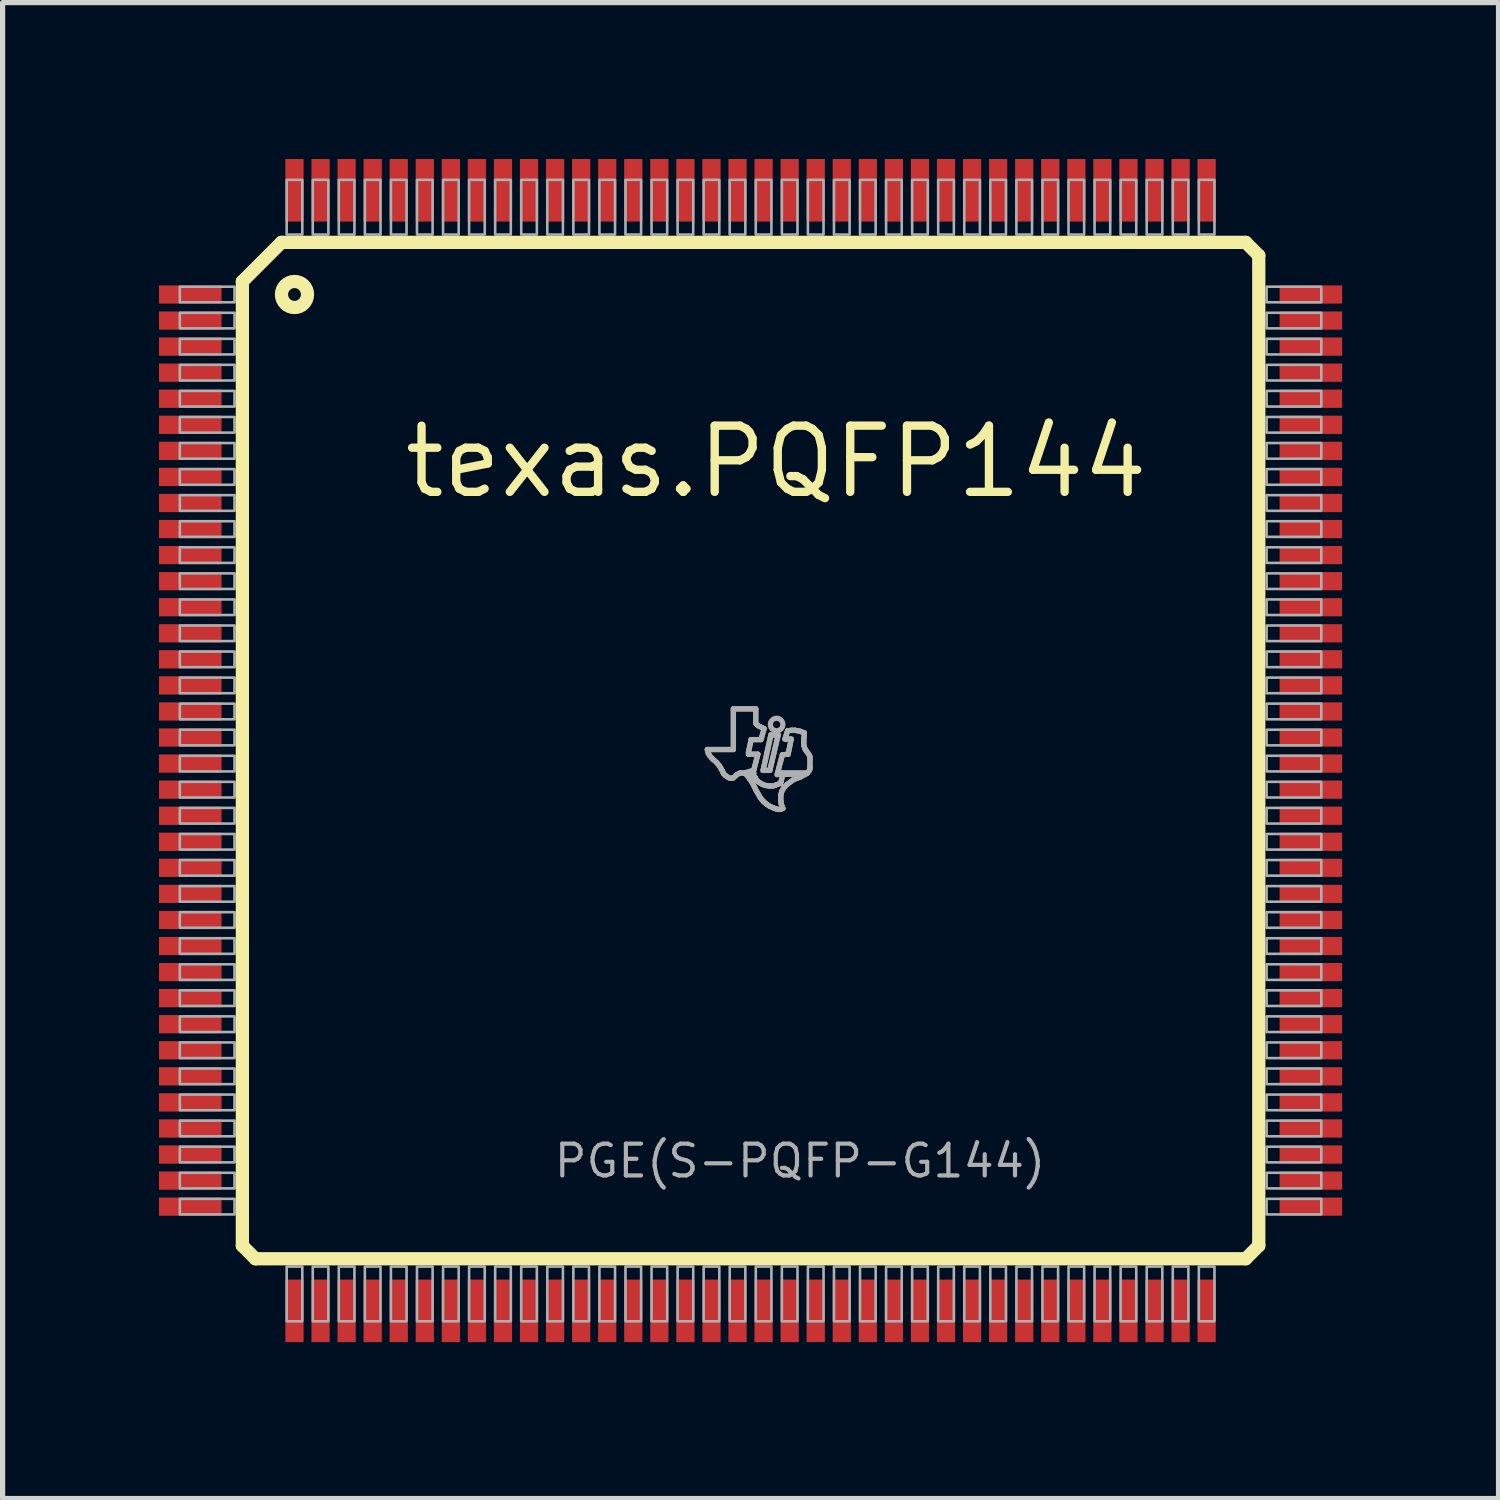
<source format=kicad_pcb>
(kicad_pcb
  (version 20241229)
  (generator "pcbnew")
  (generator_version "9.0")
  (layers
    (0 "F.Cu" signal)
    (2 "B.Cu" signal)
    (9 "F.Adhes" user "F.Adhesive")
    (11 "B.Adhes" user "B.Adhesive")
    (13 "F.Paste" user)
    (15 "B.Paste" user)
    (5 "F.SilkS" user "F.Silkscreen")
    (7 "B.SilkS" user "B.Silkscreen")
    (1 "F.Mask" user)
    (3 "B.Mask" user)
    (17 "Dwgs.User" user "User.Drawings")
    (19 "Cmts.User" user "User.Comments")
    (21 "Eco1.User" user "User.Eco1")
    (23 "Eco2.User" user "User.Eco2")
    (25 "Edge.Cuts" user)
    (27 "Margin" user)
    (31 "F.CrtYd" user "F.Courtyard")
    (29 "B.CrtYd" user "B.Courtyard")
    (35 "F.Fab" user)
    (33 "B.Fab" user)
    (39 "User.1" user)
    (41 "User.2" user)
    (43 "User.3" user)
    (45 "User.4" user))
  (footprint "texas.PQFP144"
    (layer "F.Cu")
    (at 11.35 11.35)
    (property "Reference" "texas.PQFP144" (at -6.72 -4.8 0) (layer "F.SilkS") (effects (font (size 1.27 1.27) (thickness 0.16)) (justify left bottom)))
    (attr smd)
    (fp_line (start -9.75 -9) (end -9 -9.75) (stroke (width 0.254) (type default)) (layer "F.SilkS"))
    (fp_line (start -9.75 9.5) (end -9.75 -9) (stroke (width 0.254) (type default)) (layer "F.SilkS"))
    (fp_line (start -9.5 9.75) (end -9.75 9.5) (stroke (width 0.254) (type default)) (layer "F.SilkS"))
    (fp_line (start -9 -9.75) (end 9.5 -9.75) (stroke (width 0.254) (type default)) (layer "F.SilkS"))
    (fp_line (start 9.5 -9.75) (end 9.75 -9.5) (stroke (width 0.254) (type default)) (layer "F.SilkS"))
    (fp_line (start 9.5 9.75) (end -9.5 9.75) (stroke (width 0.254) (type default)) (layer "F.SilkS"))
    (fp_line (start 9.75 -9.5) (end 9.75 9.5) (stroke (width 0.254) (type default)) (layer "F.SilkS"))
    (fp_line (start 9.75 9.5) (end 9.5 9.75) (stroke (width 0.254) (type default)) (layer "F.SilkS"))
    (fp_circle (center -8.75 -8.75) (end -8.5 -8.75) (stroke (width 0.254) (type default)) (fill no) (layer "F.SilkS"))
    (fp_line (start -0.83 -0.02) (end -0.82 0.03) (stroke (width 0.102) (type default)) (layer "F.Fab"))
    (fp_line (start -0.82 0.03) (end -0.79 0.09) (stroke (width 0.102) (type default)) (layer "F.Fab"))
    (fp_line (start -0.79 0.09) (end -0.74 0.15) (stroke (width 0.102) (type default)) (layer "F.Fab"))
    (fp_line (start -0.74 0.15) (end -0.65 0.23) (stroke (width 0.102) (type default)) (layer "F.Fab"))
    (fp_line (start -0.65 0.23) (end -0.6 0.29) (stroke (width 0.102) (type default)) (layer "F.Fab"))
    (fp_line (start -0.6 0.29) (end -0.56 0.36) (stroke (width 0.102) (type default)) (layer "F.Fab"))
    (fp_line (start -0.56 0.36) (end -0.54 0.39) (stroke (width 0.102) (type default)) (layer "F.Fab"))
    (fp_line (start -0.54 0.39) (end -0.52 0.44) (stroke (width 0.102) (type default)) (layer "F.Fab"))
    (fp_line (start -0.52 0.44) (end -0.48 0.48) (stroke (width 0.102) (type default)) (layer "F.Fab"))
    (fp_line (start -0.48 0.48) (end -0.42 0.52) (stroke (width 0.102) (type default)) (layer "F.Fab"))
    (fp_line (start -0.42 0.52) (end -0.39 0.53) (stroke (width 0.102) (type default)) (layer "F.Fab"))
    (fp_line (start -0.39 0.53) (end -0.34 0.53) (stroke (width 0.102) (type default)) (layer "F.Fab"))
    (fp_line (start -0.34 0.53) (end -0.26 0.46) (stroke (width 0.102) (type default)) (layer "F.Fab"))
    (fp_line (start -0.33 -0.8) (end -0.33 -0.02) (stroke (width 0.102) (type default)) (layer "F.Fab"))
    (fp_line (start -0.33 -0.02) (end -0.83 -0.02) (stroke (width 0.102) (type default)) (layer "F.Fab"))
    (fp_line (start -0.26 0.46) (end -0.2 0.43) (stroke (width 0.102) (type default)) (layer "F.Fab"))
    (fp_line (start -0.2 0.43) (end -0.12 0.43) (stroke (width 0.102) (type default)) (layer "F.Fab"))
    (fp_line (start -0.12 0.43) (end 0.06 0.38) (stroke (width 0.102) (type default)) (layer "F.Fab"))
    (fp_line (start -0.09 0.43) (end -0.09 0.45) (stroke (width 0.102) (type default)) (layer "F.Fab"))
    (fp_line (start -0.09 0.45) (end -0.06 0.48) (stroke (width 0.102) (type default)) (layer "F.Fab"))
    (fp_line (start -0.06 0.48) (end -0.02 0.54) (stroke (width 0.102) (type default)) (layer "F.Fab"))
    (fp_line (start -0.04 0.03) (end 0.01 -0.21) (stroke (width 0.102) (type default)) (layer "F.Fab"))
    (fp_line (start -0.04 0.07) (end -0.04 0.03) (stroke (width 0.102) (type default)) (layer "F.Fab"))
    (fp_line (start -0.02 0.54) (end 0.03 0.61) (stroke (width 0.102) (type default)) (layer "F.Fab"))
    (fp_line (start 0.01 -0.21) (end 0.2 -0.21) (stroke (width 0.102) (type default)) (layer "F.Fab"))
    (fp_line (start 0.03 0.61) (end 0.11 0.77) (stroke (width 0.102) (type default)) (layer "F.Fab"))
    (fp_line (start 0.06 0.38) (end 0.14 0.07) (stroke (width 0.102) (type default)) (layer "F.Fab"))
    (fp_line (start 0.06 0.43) (end -0.09 0.43) (stroke (width 0.102) (type default)) (layer "F.Fab"))
    (fp_line (start 0.06 0.48) (end 0.06 0.43) (stroke (width 0.102) (type default)) (layer "F.Fab"))
    (fp_line (start 0.08 0.51) (end 0.06 0.48) (stroke (width 0.102) (type default)) (layer "F.Fab"))
    (fp_line (start 0.09 0.52) (end 0.08 0.51) (stroke (width 0.102) (type default)) (layer "F.Fab"))
    (fp_line (start 0.1 -0.8) (end -0.33 -0.8) (stroke (width 0.102) (type default)) (layer "F.Fab"))
    (fp_line (start 0.1 -0.52) (end 0.1 -0.8) (stroke (width 0.102) (type default)) (layer "F.Fab"))
    (fp_line (start 0.11 0.56) (end 0.09 0.52) (stroke (width 0.102) (type default)) (layer "F.Fab"))
    (fp_line (start 0.11 0.77) (end 0.19 0.91) (stroke (width 0.102) (type default)) (layer "F.Fab"))
    (fp_line (start 0.14 -0.48) (end 0.1 -0.52) (stroke (width 0.102) (type default)) (layer "F.Fab"))
    (fp_line (start 0.14 0.07) (end -0.04 0.07) (stroke (width 0.102) (type default)) (layer "F.Fab"))
    (fp_line (start 0.15 0.6) (end 0.11 0.56) (stroke (width 0.102) (type default)) (layer "F.Fab"))
    (fp_line (start 0.18 0.62) (end 0.15 0.6) (stroke (width 0.102) (type default)) (layer "F.Fab"))
    (fp_line (start 0.19 0.91) (end 0.25 0.98) (stroke (width 0.102) (type default)) (layer "F.Fab"))
    (fp_line (start 0.2 -0.21) (end 0.26 -0.42) (stroke (width 0.102) (type default)) (layer "F.Fab"))
    (fp_line (start 0.23 0.65) (end 0.18 0.62) (stroke (width 0.102) (type default)) (layer "F.Fab"))
    (fp_line (start 0.24 0.38) (end 0.37 0.38) (stroke (width 0.102) (type default)) (layer "F.Fab"))
    (fp_line (start 0.25 0.98) (end 0.31 1.03) (stroke (width 0.102) (type default)) (layer "F.Fab"))
    (fp_line (start 0.26 -0.42) (end 0.14 -0.48) (stroke (width 0.102) (type default)) (layer "F.Fab"))
    (fp_line (start 0.29 0.67) (end 0.23 0.65) (stroke (width 0.102) (type default)) (layer "F.Fab"))
    (fp_line (start 0.31 1.03) (end 0.37 1.07) (stroke (width 0.102) (type default)) (layer "F.Fab"))
    (fp_line (start 0.36 0.68) (end 0.29 0.67) (stroke (width 0.102) (type default)) (layer "F.Fab"))
    (fp_line (start 0.37 0.38) (end 0.53 -0.3) (stroke (width 0.102) (type default)) (layer "F.Fab"))
    (fp_line (start 0.37 1.07) (end 0.44 1.1) (stroke (width 0.102) (type default)) (layer "F.Fab"))
    (fp_line (start 0.39 -0.3) (end 0.24 0.38) (stroke (width 0.102) (type default)) (layer "F.Fab"))
    (fp_line (start 0.42 0.68) (end 0.36 0.68) (stroke (width 0.102) (type default)) (layer "F.Fab"))
    (fp_line (start 0.44 1.1) (end 0.49 1.12) (stroke (width 0.102) (type default)) (layer "F.Fab"))
    (fp_line (start 0.46 0.67) (end 0.42 0.68) (stroke (width 0.102) (type default)) (layer "F.Fab"))
    (fp_line (start 0.49 1.12) (end 0.55 1.13) (stroke (width 0.102) (type default)) (layer "F.Fab"))
    (fp_line (start 0.51 0.46) (end 0.59 0.43) (stroke (width 0.102) (type default)) (layer "F.Fab"))
    (fp_line (start 0.53 -0.3) (end 0.39 -0.3) (stroke (width 0.102) (type default)) (layer "F.Fab"))
    (fp_line (start 0.55 1.13) (end 0.59 1.12) (stroke (width 0.102) (type default)) (layer "F.Fab"))
    (fp_line (start 0.57 0.63) (end 0.46 0.67) (stroke (width 0.102) (type default)) (layer "F.Fab"))
    (fp_line (start 0.58 0.61) (end 0.57 0.63) (stroke (width 0.102) (type default)) (layer "F.Fab"))
    (fp_line (start 0.58 0.85) (end 0.6 0.78) (stroke (width 0.102) (type default)) (layer "F.Fab"))
    (fp_line (start 0.58 0.97) (end 0.58 0.85) (stroke (width 0.102) (type default)) (layer "F.Fab"))
    (fp_line (start 0.59 0.43) (end 1.09 0.43) (stroke (width 0.102) (type default)) (layer "F.Fab"))
    (fp_line (start 0.59 0.58) (end 0.58 0.61) (stroke (width 0.102) (type default)) (layer "F.Fab"))
    (fp_line (start 0.59 1.03) (end 0.58 0.97) (stroke (width 0.102) (type default)) (layer "F.Fab"))
    (fp_line (start 0.59 1.12) (end 0.62 1.11) (stroke (width 0.102) (type default)) (layer "F.Fab"))
    (fp_line (start 0.6 0.78) (end 0.64 0.71) (stroke (width 0.102) (type default)) (layer "F.Fab"))
    (fp_line (start 0.61 0.08) (end 0.51 0.46) (stroke (width 0.102) (type default)) (layer "F.Fab"))
    (fp_line (start 0.61 0.46) (end 0.61 0.48) (stroke (width 0.102) (type default)) (layer "F.Fab"))
    (fp_line (start 0.61 0.48) (end 0.59 0.58) (stroke (width 0.102) (type default)) (layer "F.Fab"))
    (fp_line (start 0.62 1.11) (end 0.59 1.03) (stroke (width 0.102) (type default)) (layer "F.Fab"))
    (fp_line (start 0.64 0.71) (end 0.7 0.65) (stroke (width 0.102) (type default)) (layer "F.Fab"))
    (fp_line (start 0.66 -0.22) (end 0.78 -0.22) (stroke (width 0.102) (type default)) (layer "F.Fab"))
    (fp_line (start 0.7 0.65) (end 0.82 0.56) (stroke (width 0.102) (type default)) (layer "F.Fab"))
    (fp_line (start 0.71 -0.38) (end 0.66 -0.22) (stroke (width 0.102) (type default)) (layer "F.Fab"))
    (fp_line (start 0.72 0.07) (end 0.61 0.08) (stroke (width 0.102) (type default)) (layer "F.Fab"))
    (fp_line (start 0.78 -0.22) (end 0.72 0.07) (stroke (width 0.102) (type default)) (layer "F.Fab"))
    (fp_line (start 0.79 -0.39) (end 0.71 -0.38) (stroke (width 0.102) (type default)) (layer "F.Fab"))
    (fp_line (start 0.82 0.56) (end 0.95 0.51) (stroke (width 0.102) (type default)) (layer "F.Fab"))
    (fp_line (start 0.85 -0.39) (end 0.79 -0.39) (stroke (width 0.102) (type default)) (layer "F.Fab"))
    (fp_line (start 0.95 -0.37) (end 0.85 -0.39) (stroke (width 0.102) (type default)) (layer "F.Fab"))
    (fp_line (start 0.95 0.51) (end 1.08 0.44) (stroke (width 0.102) (type default)) (layer "F.Fab"))
    (fp_line (start 1.02 -0.16) (end 1.03 -0.34) (stroke (width 0.102) (type default)) (layer "F.Fab"))
    (fp_line (start 1.02 -0.11) (end 1.02 -0.16) (stroke (width 0.102) (type default)) (layer "F.Fab"))
    (fp_line (start 1.03 -0.34) (end 0.95 -0.37) (stroke (width 0.102) (type default)) (layer "F.Fab"))
    (fp_line (start 1.04 -0.04) (end 1.02 -0.11) (stroke (width 0.102) (type default)) (layer "F.Fab"))
    (fp_line (start 1.07 0.01) (end 1.04 -0.04) (stroke (width 0.102) (type default)) (layer "F.Fab"))
    (fp_line (start 1.08 0.44) (end 0.61 0.46) (stroke (width 0.102) (type default)) (layer "F.Fab"))
    (fp_line (start 1.09 0.43) (end 1.13 0.38) (stroke (width 0.102) (type default)) (layer "F.Fab"))
    (fp_line (start 1.11 0.06) (end 1.07 0.01) (stroke (width 0.102) (type default)) (layer "F.Fab"))
    (fp_line (start 1.13 0.38) (end 1.14 0.34) (stroke (width 0.102) (type default)) (layer "F.Fab"))
    (fp_line (start 1.14 0.12) (end 1.11 0.06) (stroke (width 0.102) (type default)) (layer "F.Fab"))
    (fp_line (start 1.14 0.34) (end 1.14 0.12) (stroke (width 0.102) (type default)) (layer "F.Fab"))
    (fp_rect (start -10.95 -8.6) (end -9.9 -8.9) (stroke (width 0.05) (type default)) (fill no) (layer "F.Fab"))
    (fp_rect (start -10.95 -8.1) (end -9.9 -8.4) (stroke (width 0.05) (type default)) (fill no) (layer "F.Fab"))
    (fp_rect (start -10.95 -7.6) (end -9.9 -7.9) (stroke (width 0.05) (type default)) (fill no) (layer "F.Fab"))
    (fp_rect (start -10.95 -7.1) (end -9.9 -7.4) (stroke (width 0.05) (type default)) (fill no) (layer "F.Fab"))
    (fp_rect (start -10.95 -6.6) (end -9.9 -6.9) (stroke (width 0.05) (type default)) (fill no) (layer "F.Fab"))
    (fp_rect (start -10.95 -6.1) (end -9.9 -6.4) (stroke (width 0.05) (type default)) (fill no) (layer "F.Fab"))
    (fp_rect (start -10.95 -5.6) (end -9.9 -5.9) (stroke (width 0.05) (type default)) (fill no) (layer "F.Fab"))
    (fp_rect (start -10.95 -5.1) (end -9.9 -5.4) (stroke (width 0.05) (type default)) (fill no) (layer "F.Fab"))
    (fp_rect (start -10.95 -4.6) (end -9.9 -4.9) (stroke (width 0.05) (type default)) (fill no) (layer "F.Fab"))
    (fp_rect (start -10.95 -4.1) (end -9.9 -4.4) (stroke (width 0.05) (type default)) (fill no) (layer "F.Fab"))
    (fp_rect (start -10.95 -3.6) (end -9.9 -3.9) (stroke (width 0.05) (type default)) (fill no) (layer "F.Fab"))
    (fp_rect (start -10.95 -3.1) (end -9.9 -3.4) (stroke (width 0.05) (type default)) (fill no) (layer "F.Fab"))
    (fp_rect (start -10.95 -2.6) (end -9.9 -2.9) (stroke (width 0.05) (type default)) (fill no) (layer "F.Fab"))
    (fp_rect (start -10.95 -2.1) (end -9.9 -2.4) (stroke (width 0.05) (type default)) (fill no) (layer "F.Fab"))
    (fp_rect (start -10.95 -1.6) (end -9.9 -1.9) (stroke (width 0.05) (type default)) (fill no) (layer "F.Fab"))
    (fp_rect (start -10.95 -1.1) (end -9.9 -1.4) (stroke (width 0.05) (type default)) (fill no) (layer "F.Fab"))
    (fp_rect (start -10.95 -0.6) (end -9.9 -0.9) (stroke (width 0.05) (type default)) (fill no) (layer "F.Fab"))
    (fp_rect (start -10.95 -0.1) (end -9.9 -0.4) (stroke (width 0.05) (type default)) (fill no) (layer "F.Fab"))
    (fp_rect (start -10.95 0.4) (end -9.9 0.1) (stroke (width 0.05) (type default)) (fill no) (layer "F.Fab"))
    (fp_rect (start -10.95 0.9) (end -9.9 0.6) (stroke (width 0.05) (type default)) (fill no) (layer "F.Fab"))
    (fp_rect (start -10.95 1.4) (end -9.9 1.1) (stroke (width 0.05) (type default)) (fill no) (layer "F.Fab"))
    (fp_rect (start -10.95 1.9) (end -9.9 1.6) (stroke (width 0.05) (type default)) (fill no) (layer "F.Fab"))
    (fp_rect (start -10.95 2.4) (end -9.9 2.1) (stroke (width 0.05) (type default)) (fill no) (layer "F.Fab"))
    (fp_rect (start -10.95 2.9) (end -9.9 2.6) (stroke (width 0.05) (type default)) (fill no) (layer "F.Fab"))
    (fp_rect (start -10.95 3.4) (end -9.9 3.1) (stroke (width 0.05) (type default)) (fill no) (layer "F.Fab"))
    (fp_rect (start -10.95 3.9) (end -9.9 3.6) (stroke (width 0.05) (type default)) (fill no) (layer "F.Fab"))
    (fp_rect (start -10.95 4.4) (end -9.9 4.1) (stroke (width 0.05) (type default)) (fill no) (layer "F.Fab"))
    (fp_rect (start -10.95 4.9) (end -9.9 4.6) (stroke (width 0.05) (type default)) (fill no) (layer "F.Fab"))
    (fp_rect (start -10.95 5.4) (end -9.9 5.1) (stroke (width 0.05) (type default)) (fill no) (layer "F.Fab"))
    (fp_rect (start -10.95 5.9) (end -9.9 5.6) (stroke (width 0.05) (type default)) (fill no) (layer "F.Fab"))
    (fp_rect (start -10.95 6.4) (end -9.9 6.1) (stroke (width 0.05) (type default)) (fill no) (layer "F.Fab"))
    (fp_rect (start -10.95 6.9) (end -9.9 6.6) (stroke (width 0.05) (type default)) (fill no) (layer "F.Fab"))
    (fp_rect (start -10.95 7.4) (end -9.9 7.1) (stroke (width 0.05) (type default)) (fill no) (layer "F.Fab"))
    (fp_rect (start -10.95 7.9) (end -9.9 7.6) (stroke (width 0.05) (type default)) (fill no) (layer "F.Fab"))
    (fp_rect (start -10.95 8.4) (end -9.9 8.1) (stroke (width 0.05) (type default)) (fill no) (layer "F.Fab"))
    (fp_rect (start -10.95 8.9) (end -9.9 8.6) (stroke (width 0.05) (type default)) (fill no) (layer "F.Fab"))
    (fp_rect (start -8.9 -9.9) (end -8.6 -10.95) (stroke (width 0.05) (type default)) (fill no) (layer "F.Fab"))
    (fp_rect (start -8.9 10.95) (end -8.6 9.9) (stroke (width 0.05) (type default)) (fill no) (layer "F.Fab"))
    (fp_rect (start -8.4 -9.9) (end -8.1 -10.95) (stroke (width 0.05) (type default)) (fill no) (layer "F.Fab"))
    (fp_rect (start -8.4 10.95) (end -8.1 9.9) (stroke (width 0.05) (type default)) (fill no) (layer "F.Fab"))
    (fp_rect (start -7.9 -9.9) (end -7.6 -10.95) (stroke (width 0.05) (type default)) (fill no) (layer "F.Fab"))
    (fp_rect (start -7.9 10.95) (end -7.6 9.9) (stroke (width 0.05) (type default)) (fill no) (layer "F.Fab"))
    (fp_rect (start -7.4 -9.9) (end -7.1 -10.95) (stroke (width 0.05) (type default)) (fill no) (layer "F.Fab"))
    (fp_rect (start -7.4 10.95) (end -7.1 9.9) (stroke (width 0.05) (type default)) (fill no) (layer "F.Fab"))
    (fp_rect (start -6.9 -9.9) (end -6.6 -10.95) (stroke (width 0.05) (type default)) (fill no) (layer "F.Fab"))
    (fp_rect (start -6.9 10.95) (end -6.6 9.9) (stroke (width 0.05) (type default)) (fill no) (layer "F.Fab"))
    (fp_rect (start -6.4 -9.9) (end -6.1 -10.95) (stroke (width 0.05) (type default)) (fill no) (layer "F.Fab"))
    (fp_rect (start -6.4 10.95) (end -6.1 9.9) (stroke (width 0.05) (type default)) (fill no) (layer "F.Fab"))
    (fp_rect (start -5.9 -9.9) (end -5.6 -10.95) (stroke (width 0.05) (type default)) (fill no) (layer "F.Fab"))
    (fp_rect (start -5.9 10.95) (end -5.6 9.9) (stroke (width 0.05) (type default)) (fill no) (layer "F.Fab"))
    (fp_rect (start -5.4 -9.9) (end -5.1 -10.95) (stroke (width 0.05) (type default)) (fill no) (layer "F.Fab"))
    (fp_rect (start -5.4 10.95) (end -5.1 9.9) (stroke (width 0.05) (type default)) (fill no) (layer "F.Fab"))
    (fp_rect (start -4.9 -9.9) (end -4.6 -10.95) (stroke (width 0.05) (type default)) (fill no) (layer "F.Fab"))
    (fp_rect (start -4.9 10.95) (end -4.6 9.9) (stroke (width 0.05) (type default)) (fill no) (layer "F.Fab"))
    (fp_rect (start -4.4 -9.9) (end -4.1 -10.95) (stroke (width 0.05) (type default)) (fill no) (layer "F.Fab"))
    (fp_rect (start -4.4 10.95) (end -4.1 9.9) (stroke (width 0.05) (type default)) (fill no) (layer "F.Fab"))
    (fp_rect (start -3.9 -9.9) (end -3.6 -10.95) (stroke (width 0.05) (type default)) (fill no) (layer "F.Fab"))
    (fp_rect (start -3.9 10.95) (end -3.6 9.9) (stroke (width 0.05) (type default)) (fill no) (layer "F.Fab"))
    (fp_rect (start -3.4 -9.9) (end -3.1 -10.95) (stroke (width 0.05) (type default)) (fill no) (layer "F.Fab"))
    (fp_rect (start -3.4 10.95) (end -3.1 9.9) (stroke (width 0.05) (type default)) (fill no) (layer "F.Fab"))
    (fp_rect (start -2.9 -9.9) (end -2.6 -10.95) (stroke (width 0.05) (type default)) (fill no) (layer "F.Fab"))
    (fp_rect (start -2.9 10.95) (end -2.6 9.9) (stroke (width 0.05) (type default)) (fill no) (layer "F.Fab"))
    (fp_rect (start -2.4 -9.9) (end -2.1 -10.95) (stroke (width 0.05) (type default)) (fill no) (layer "F.Fab"))
    (fp_rect (start -2.4 10.95) (end -2.1 9.9) (stroke (width 0.05) (type default)) (fill no) (layer "F.Fab"))
    (fp_rect (start -1.9 -9.9) (end -1.6 -10.95) (stroke (width 0.05) (type default)) (fill no) (layer "F.Fab"))
    (fp_rect (start -1.9 10.95) (end -1.6 9.9) (stroke (width 0.05) (type default)) (fill no) (layer "F.Fab"))
    (fp_rect (start -1.4 -9.9) (end -1.1 -10.95) (stroke (width 0.05) (type default)) (fill no) (layer "F.Fab"))
    (fp_rect (start -1.4 10.95) (end -1.1 9.9) (stroke (width 0.05) (type default)) (fill no) (layer "F.Fab"))
    (fp_rect (start -0.9 -9.9) (end -0.6 -10.95) (stroke (width 0.05) (type default)) (fill no) (layer "F.Fab"))
    (fp_rect (start -0.9 10.95) (end -0.6 9.9) (stroke (width 0.05) (type default)) (fill no) (layer "F.Fab"))
    (fp_rect (start -0.4 -9.9) (end -0.1 -10.95) (stroke (width 0.05) (type default)) (fill no) (layer "F.Fab"))
    (fp_rect (start -0.4 10.95) (end -0.1 9.9) (stroke (width 0.05) (type default)) (fill no) (layer "F.Fab"))
    (fp_rect (start 0.1 -9.9) (end 0.4 -10.95) (stroke (width 0.05) (type default)) (fill no) (layer "F.Fab"))
    (fp_rect (start 0.1 10.95) (end 0.4 9.9) (stroke (width 0.05) (type default)) (fill no) (layer "F.Fab"))
    (fp_rect (start 0.6 -9.9) (end 0.9 -10.95) (stroke (width 0.05) (type default)) (fill no) (layer "F.Fab"))
    (fp_rect (start 0.6 10.95) (end 0.9 9.9) (stroke (width 0.05) (type default)) (fill no) (layer "F.Fab"))
    (fp_rect (start 1.1 -9.9) (end 1.4 -10.95) (stroke (width 0.05) (type default)) (fill no) (layer "F.Fab"))
    (fp_rect (start 1.1 10.95) (end 1.4 9.9) (stroke (width 0.05) (type default)) (fill no) (layer "F.Fab"))
    (fp_rect (start 1.6 -9.9) (end 1.9 -10.95) (stroke (width 0.05) (type default)) (fill no) (layer "F.Fab"))
    (fp_rect (start 1.6 10.95) (end 1.9 9.9) (stroke (width 0.05) (type default)) (fill no) (layer "F.Fab"))
    (fp_rect (start 2.1 -9.9) (end 2.4 -10.95) (stroke (width 0.05) (type default)) (fill no) (layer "F.Fab"))
    (fp_rect (start 2.1 10.95) (end 2.4 9.9) (stroke (width 0.05) (type default)) (fill no) (layer "F.Fab"))
    (fp_rect (start 2.6 -9.9) (end 2.9 -10.95) (stroke (width 0.05) (type default)) (fill no) (layer "F.Fab"))
    (fp_rect (start 2.6 10.95) (end 2.9 9.9) (stroke (width 0.05) (type default)) (fill no) (layer "F.Fab"))
    (fp_rect (start 3.1 -9.9) (end 3.4 -10.95) (stroke (width 0.05) (type default)) (fill no) (layer "F.Fab"))
    (fp_rect (start 3.1 10.95) (end 3.4 9.9) (stroke (width 0.05) (type default)) (fill no) (layer "F.Fab"))
    (fp_rect (start 3.6 -9.9) (end 3.9 -10.95) (stroke (width 0.05) (type default)) (fill no) (layer "F.Fab"))
    (fp_rect (start 3.6 10.95) (end 3.9 9.9) (stroke (width 0.05) (type default)) (fill no) (layer "F.Fab"))
    (fp_rect (start 4.1 -9.9) (end 4.4 -10.95) (stroke (width 0.05) (type default)) (fill no) (layer "F.Fab"))
    (fp_rect (start 4.1 10.95) (end 4.4 9.9) (stroke (width 0.05) (type default)) (fill no) (layer "F.Fab"))
    (fp_rect (start 4.6 -9.9) (end 4.9 -10.95) (stroke (width 0.05) (type default)) (fill no) (layer "F.Fab"))
    (fp_rect (start 4.6 10.95) (end 4.9 9.9) (stroke (width 0.05) (type default)) (fill no) (layer "F.Fab"))
    (fp_rect (start 5.1 -9.9) (end 5.4 -10.95) (stroke (width 0.05) (type default)) (fill no) (layer "F.Fab"))
    (fp_rect (start 5.1 10.95) (end 5.4 9.9) (stroke (width 0.05) (type default)) (fill no) (layer "F.Fab"))
    (fp_rect (start 5.6 -9.9) (end 5.9 -10.95) (stroke (width 0.05) (type default)) (fill no) (layer "F.Fab"))
    (fp_rect (start 5.6 10.95) (end 5.9 9.9) (stroke (width 0.05) (type default)) (fill no) (layer "F.Fab"))
    (fp_rect (start 6.1 -9.9) (end 6.4 -10.95) (stroke (width 0.05) (type default)) (fill no) (layer "F.Fab"))
    (fp_rect (start 6.1 10.95) (end 6.4 9.9) (stroke (width 0.05) (type default)) (fill no) (layer "F.Fab"))
    (fp_rect (start 6.6 -9.9) (end 6.9 -10.95) (stroke (width 0.05) (type default)) (fill no) (layer "F.Fab"))
    (fp_rect (start 6.6 10.95) (end 6.9 9.9) (stroke (width 0.05) (type default)) (fill no) (layer "F.Fab"))
    (fp_rect (start 7.1 -9.9) (end 7.4 -10.95) (stroke (width 0.05) (type default)) (fill no) (layer "F.Fab"))
    (fp_rect (start 7.1 10.95) (end 7.4 9.9) (stroke (width 0.05) (type default)) (fill no) (layer "F.Fab"))
    (fp_rect (start 7.6 -9.9) (end 7.9 -10.95) (stroke (width 0.05) (type default)) (fill no) (layer "F.Fab"))
    (fp_rect (start 7.6 10.95) (end 7.9 9.9) (stroke (width 0.05) (type default)) (fill no) (layer "F.Fab"))
    (fp_rect (start 8.1 -9.9) (end 8.4 -10.95) (stroke (width 0.05) (type default)) (fill no) (layer "F.Fab"))
    (fp_rect (start 8.1 10.95) (end 8.4 9.9) (stroke (width 0.05) (type default)) (fill no) (layer "F.Fab"))
    (fp_rect (start 8.6 -9.9) (end 8.9 -10.95) (stroke (width 0.05) (type default)) (fill no) (layer "F.Fab"))
    (fp_rect (start 8.6 10.95) (end 8.9 9.9) (stroke (width 0.05) (type default)) (fill no) (layer "F.Fab"))
    (fp_rect (start 9.9 -8.6) (end 10.95 -8.9) (stroke (width 0.05) (type default)) (fill no) (layer "F.Fab"))
    (fp_rect (start 9.9 -8.1) (end 10.95 -8.4) (stroke (width 0.05) (type default)) (fill no) (layer "F.Fab"))
    (fp_rect (start 9.9 -7.6) (end 10.95 -7.9) (stroke (width 0.05) (type default)) (fill no) (layer "F.Fab"))
    (fp_rect (start 9.9 -7.1) (end 10.95 -7.4) (stroke (width 0.05) (type default)) (fill no) (layer "F.Fab"))
    (fp_rect (start 9.9 -6.6) (end 10.95 -6.9) (stroke (width 0.05) (type default)) (fill no) (layer "F.Fab"))
    (fp_rect (start 9.9 -6.1) (end 10.95 -6.4) (stroke (width 0.05) (type default)) (fill no) (layer "F.Fab"))
    (fp_rect (start 9.9 -5.6) (end 10.95 -5.9) (stroke (width 0.05) (type default)) (fill no) (layer "F.Fab"))
    (fp_rect (start 9.9 -5.1) (end 10.95 -5.4) (stroke (width 0.05) (type default)) (fill no) (layer "F.Fab"))
    (fp_rect (start 9.9 -4.6) (end 10.95 -4.9) (stroke (width 0.05) (type default)) (fill no) (layer "F.Fab"))
    (fp_rect (start 9.9 -4.1) (end 10.95 -4.4) (stroke (width 0.05) (type default)) (fill no) (layer "F.Fab"))
    (fp_rect (start 9.9 -3.6) (end 10.95 -3.9) (stroke (width 0.05) (type default)) (fill no) (layer "F.Fab"))
    (fp_rect (start 9.9 -3.1) (end 10.95 -3.4) (stroke (width 0.05) (type default)) (fill no) (layer "F.Fab"))
    (fp_rect (start 9.9 -2.6) (end 10.95 -2.9) (stroke (width 0.05) (type default)) (fill no) (layer "F.Fab"))
    (fp_rect (start 9.9 -2.1) (end 10.95 -2.4) (stroke (width 0.05) (type default)) (fill no) (layer "F.Fab"))
    (fp_rect (start 9.9 -1.6) (end 10.95 -1.9) (stroke (width 0.05) (type default)) (fill no) (layer "F.Fab"))
    (fp_rect (start 9.9 -1.1) (end 10.95 -1.4) (stroke (width 0.05) (type default)) (fill no) (layer "F.Fab"))
    (fp_rect (start 9.9 -0.6) (end 10.95 -0.9) (stroke (width 0.05) (type default)) (fill no) (layer "F.Fab"))
    (fp_rect (start 9.9 -0.1) (end 10.95 -0.4) (stroke (width 0.05) (type default)) (fill no) (layer "F.Fab"))
    (fp_rect (start 9.9 0.4) (end 10.95 0.1) (stroke (width 0.05) (type default)) (fill no) (layer "F.Fab"))
    (fp_rect (start 9.9 0.9) (end 10.95 0.6) (stroke (width 0.05) (type default)) (fill no) (layer "F.Fab"))
    (fp_rect (start 9.9 1.4) (end 10.95 1.1) (stroke (width 0.05) (type default)) (fill no) (layer "F.Fab"))
    (fp_rect (start 9.9 1.9) (end 10.95 1.6) (stroke (width 0.05) (type default)) (fill no) (layer "F.Fab"))
    (fp_rect (start 9.9 2.4) (end 10.95 2.1) (stroke (width 0.05) (type default)) (fill no) (layer "F.Fab"))
    (fp_rect (start 9.9 2.9) (end 10.95 2.6) (stroke (width 0.05) (type default)) (fill no) (layer "F.Fab"))
    (fp_rect (start 9.9 3.4) (end 10.95 3.1) (stroke (width 0.05) (type default)) (fill no) (layer "F.Fab"))
    (fp_rect (start 9.9 3.9) (end 10.95 3.6) (stroke (width 0.05) (type default)) (fill no) (layer "F.Fab"))
    (fp_rect (start 9.9 4.4) (end 10.95 4.1) (stroke (width 0.05) (type default)) (fill no) (layer "F.Fab"))
    (fp_rect (start 9.9 4.9) (end 10.95 4.6) (stroke (width 0.05) (type default)) (fill no) (layer "F.Fab"))
    (fp_rect (start 9.9 5.4) (end 10.95 5.1) (stroke (width 0.05) (type default)) (fill no) (layer "F.Fab"))
    (fp_rect (start 9.9 5.9) (end 10.95 5.6) (stroke (width 0.05) (type default)) (fill no) (layer "F.Fab"))
    (fp_rect (start 9.9 6.4) (end 10.95 6.1) (stroke (width 0.05) (type default)) (fill no) (layer "F.Fab"))
    (fp_rect (start 9.9 6.9) (end 10.95 6.6) (stroke (width 0.05) (type default)) (fill no) (layer "F.Fab"))
    (fp_rect (start 9.9 7.4) (end 10.95 7.1) (stroke (width 0.05) (type default)) (fill no) (layer "F.Fab"))
    (fp_rect (start 9.9 7.9) (end 10.95 7.6) (stroke (width 0.05) (type default)) (fill no) (layer "F.Fab"))
    (fp_rect (start 9.9 8.4) (end 10.95 8.1) (stroke (width 0.05) (type default)) (fill no) (layer "F.Fab"))
    (fp_rect (start 9.9 8.9) (end 10.95 8.6) (stroke (width 0.05) (type default)) (fill no) (layer "F.Fab"))
    (fp_circle (center 0.5 -0.5) (end 0.62 -0.5) (stroke (width 0.1) (type default)) (fill no) (layer "F.Fab"))
    (fp_poly (pts (xy 0.53 -0.3) (xy 0.39 -0.3) (xy 0.24 0.38) (xy 0.37 0.38)) (stroke (width 0.1) (type default)) (fill no) (layer "F.Fab"))
    (fp_poly (pts (xy 1.03 -0.34) (xy 0.95 -0.37) (xy 0.85 -0.39) (xy 0.79 -0.39) (xy 0.71 -0.38) (xy 0.66 -0.22) (xy 0.78 -0.22) (xy 0.72 0.07) (xy 0.61 0.08) (xy 0.51 0.46) (xy 0.59 0.43) (xy 1.09 0.43) (xy 1.13 0.38) (xy 1.14 0.34) (xy 1.14 0.12) (xy 1.11 0.06) (xy 1.07 0.01) (xy 1.04 -0.04) (xy 1.02 -0.11) (xy 1.02 -0.16)) (stroke (width 0.1) (type default)) (fill no) (layer "F.Fab"))
    (fp_poly (pts (xy 0.1 -0.8) (xy -0.33 -0.8) (xy -0.33 -0.02) (xy -0.83 -0.02) (xy -0.82 0.03) (xy -0.79 0.09) (xy -0.74 0.15) (xy -0.65 0.23) (xy -0.6 0.29) (xy -0.56 0.36) (xy -0.54 0.39) (xy -0.52 0.44) (xy -0.48 0.48) (xy -0.42 0.52) (xy -0.39 0.53) (xy -0.34 0.53) (xy -0.26 0.46) (xy -0.2 0.43) (xy -0.12 0.43) (xy 0.06 0.38) (xy 0.14 0.07) (xy -0.04 0.07) (xy -0.04 0.03) (xy 0.01 -0.21) (xy 0.2 -0.21) (xy 0.26 -0.42) (xy 0.14 -0.48) (xy 0.1 -0.52)) (stroke (width 0.1) (type default)) (fill no) (layer "F.Fab"))
    (fp_poly (pts (xy 0.61 0.46) (xy 0.61 0.48) (xy 0.59 0.58) (xy 0.58 0.61) (xy 0.57 0.63) (xy 0.46 0.67) (xy 0.42 0.68) (xy 0.36 0.68) (xy 0.29 0.67) (xy 0.23 0.65) (xy 0.18 0.62) (xy 0.15 0.6) (xy 0.11 0.56) (xy 0.09 0.52) (xy 0.08 0.51) (xy 0.06 0.48) (xy 0.06 0.43) (xy -0.09 0.43) (xy -0.09 0.45) (xy -0.06 0.48) (xy -0.02 0.54) (xy 0.03 0.61) (xy 0.11 0.77) (xy 0.19 0.91) (xy 0.25 0.98) (xy 0.31 1.03) (xy 0.37 1.07) (xy 0.44 1.1) (xy 0.49 1.12) (xy 0.55 1.13) (xy 0.59 1.12) (xy 0.62 1.11) (xy 0.59 1.03) (xy 0.58 0.97) (xy 0.58 0.85) (xy 0.6 0.78) (xy 0.64 0.71) (xy 0.7 0.65) (xy 0.82 0.56) (xy 0.95 0.51) (xy 1.08 0.44)) (stroke (width 0.1) (type default)) (fill no) (layer "F.Fab"))
    (fp_text user "PGE(S-PQFP-G144)" (at -3.81 8.23 0) (layer "F.Fab") (effects (font (size 0.61 0.61) (thickness 0.08)) (justify left bottom)))
    (pad "1" smd roundrect (at -10.75 -8.75) (size 1.2 0.35) (layers "F.Cu" "F.Mask" "F.Paste") (roundrect_rratio 0.01))
    (pad "2" smd roundrect (at -10.75 -8.25) (size 1.2 0.35) (layers "F.Cu" "F.Mask" "F.Paste") (roundrect_rratio 0.01))
    (pad "3" smd roundrect (at -10.75 -7.75) (size 1.2 0.35) (layers "F.Cu" "F.Mask" "F.Paste") (roundrect_rratio 0.01))
    (pad "4" smd roundrect (at -10.75 -7.25) (size 1.2 0.35) (layers "F.Cu" "F.Mask" "F.Paste") (roundrect_rratio 0.01))
    (pad "5" smd roundrect (at -10.75 -6.75) (size 1.2 0.35) (layers "F.Cu" "F.Mask" "F.Paste") (roundrect_rratio 0.01))
    (pad "6" smd roundrect (at -10.75 -6.25) (size 1.2 0.35) (layers "F.Cu" "F.Mask" "F.Paste") (roundrect_rratio 0.01))
    (pad "7" smd roundrect (at -10.75 -5.75) (size 1.2 0.35) (layers "F.Cu" "F.Mask" "F.Paste") (roundrect_rratio 0.01))
    (pad "8" smd roundrect (at -10.75 -5.25) (size 1.2 0.35) (layers "F.Cu" "F.Mask" "F.Paste") (roundrect_rratio 0.01))
    (pad "9" smd roundrect (at -10.75 -4.75) (size 1.2 0.35) (layers "F.Cu" "F.Mask" "F.Paste") (roundrect_rratio 0.01))
    (pad "10" smd roundrect (at -10.75 -4.25) (size 1.2 0.35) (layers "F.Cu" "F.Mask" "F.Paste") (roundrect_rratio 0.01))
    (pad "11" smd roundrect (at -10.75 -3.75) (size 1.2 0.35) (layers "F.Cu" "F.Mask" "F.Paste") (roundrect_rratio 0.01))
    (pad "12" smd roundrect (at -10.75 -3.25) (size 1.2 0.35) (layers "F.Cu" "F.Mask" "F.Paste") (roundrect_rratio 0.01))
    (pad "13" smd roundrect (at -10.75 -2.75) (size 1.2 0.35) (layers "F.Cu" "F.Mask" "F.Paste") (roundrect_rratio 0.01))
    (pad "14" smd roundrect (at -10.75 -2.25) (size 1.2 0.35) (layers "F.Cu" "F.Mask" "F.Paste") (roundrect_rratio 0.01))
    (pad "15" smd roundrect (at -10.75 -1.75) (size 1.2 0.35) (layers "F.Cu" "F.Mask" "F.Paste") (roundrect_rratio 0.01))
    (pad "16" smd roundrect (at -10.75 -1.25) (size 1.2 0.35) (layers "F.Cu" "F.Mask" "F.Paste") (roundrect_rratio 0.01))
    (pad "17" smd roundrect (at -10.75 -0.75) (size 1.2 0.35) (layers "F.Cu" "F.Mask" "F.Paste") (roundrect_rratio 0.01))
    (pad "18" smd roundrect (at -10.75 -0.25) (size 1.2 0.35) (layers "F.Cu" "F.Mask" "F.Paste") (roundrect_rratio 0.01))
    (pad "19" smd roundrect (at -10.75 0.25) (size 1.2 0.35) (layers "F.Cu" "F.Mask" "F.Paste") (roundrect_rratio 0.01))
    (pad "20" smd roundrect (at -10.75 0.75) (size 1.2 0.35) (layers "F.Cu" "F.Mask" "F.Paste") (roundrect_rratio 0.01))
    (pad "21" smd roundrect (at -10.75 1.25) (size 1.2 0.35) (layers "F.Cu" "F.Mask" "F.Paste") (roundrect_rratio 0.01))
    (pad "22" smd roundrect (at -10.75 1.75) (size 1.2 0.35) (layers "F.Cu" "F.Mask" "F.Paste") (roundrect_rratio 0.01))
    (pad "23" smd roundrect (at -10.75 2.25) (size 1.2 0.35) (layers "F.Cu" "F.Mask" "F.Paste") (roundrect_rratio 0.01))
    (pad "24" smd roundrect (at -10.75 2.75) (size 1.2 0.35) (layers "F.Cu" "F.Mask" "F.Paste") (roundrect_rratio 0.01))
    (pad "25" smd roundrect (at -10.75 3.25) (size 1.2 0.35) (layers "F.Cu" "F.Mask" "F.Paste") (roundrect_rratio 0.01))
    (pad "26" smd roundrect (at -10.75 3.75) (size 1.2 0.35) (layers "F.Cu" "F.Mask" "F.Paste") (roundrect_rratio 0.01))
    (pad "27" smd roundrect (at -10.75 4.25) (size 1.2 0.35) (layers "F.Cu" "F.Mask" "F.Paste") (roundrect_rratio 0.01))
    (pad "28" smd roundrect (at -10.75 4.75) (size 1.2 0.35) (layers "F.Cu" "F.Mask" "F.Paste") (roundrect_rratio 0.01))
    (pad "29" smd roundrect (at -10.75 5.25) (size 1.2 0.35) (layers "F.Cu" "F.Mask" "F.Paste") (roundrect_rratio 0.01))
    (pad "30" smd roundrect (at -10.75 5.75) (size 1.2 0.35) (layers "F.Cu" "F.Mask" "F.Paste") (roundrect_rratio 0.01))
    (pad "31" smd roundrect (at -10.75 6.25) (size 1.2 0.35) (layers "F.Cu" "F.Mask" "F.Paste") (roundrect_rratio 0.01))
    (pad "32" smd roundrect (at -10.75 6.75) (size 1.2 0.35) (layers "F.Cu" "F.Mask" "F.Paste") (roundrect_rratio 0.01))
    (pad "33" smd roundrect (at -10.75 7.25) (size 1.2 0.35) (layers "F.Cu" "F.Mask" "F.Paste") (roundrect_rratio 0.01))
    (pad "34" smd roundrect (at -10.75 7.75) (size 1.2 0.35) (layers "F.Cu" "F.Mask" "F.Paste") (roundrect_rratio 0.01))
    (pad "35" smd roundrect (at -10.75 8.25) (size 1.2 0.35) (layers "F.Cu" "F.Mask" "F.Paste") (roundrect_rratio 0.01))
    (pad "36" smd roundrect (at -10.75 8.75) (size 1.2 0.35) (layers "F.Cu" "F.Mask" "F.Paste") (roundrect_rratio 0.01))
    (pad "37" smd roundrect (at -8.75 10.75) (size 0.35 1.2) (layers "F.Cu" "F.Mask" "F.Paste") (roundrect_rratio 0.01))
    (pad "38" smd roundrect (at -8.25 10.75) (size 0.35 1.2) (layers "F.Cu" "F.Mask" "F.Paste") (roundrect_rratio 0.01))
    (pad "39" smd roundrect (at -7.75 10.75) (size 0.35 1.2) (layers "F.Cu" "F.Mask" "F.Paste") (roundrect_rratio 0.01))
    (pad "40" smd roundrect (at -7.25 10.75) (size 0.35 1.2) (layers "F.Cu" "F.Mask" "F.Paste") (roundrect_rratio 0.01))
    (pad "41" smd roundrect (at -6.75 10.75) (size 0.35 1.2) (layers "F.Cu" "F.Mask" "F.Paste") (roundrect_rratio 0.01))
    (pad "42" smd roundrect (at -6.25 10.75) (size 0.35 1.2) (layers "F.Cu" "F.Mask" "F.Paste") (roundrect_rratio 0.01))
    (pad "43" smd roundrect (at -5.75 10.75) (size 0.35 1.2) (layers "F.Cu" "F.Mask" "F.Paste") (roundrect_rratio 0.01))
    (pad "44" smd roundrect (at -5.25 10.75) (size 0.35 1.2) (layers "F.Cu" "F.Mask" "F.Paste") (roundrect_rratio 0.01))
    (pad "45" smd roundrect (at -4.75 10.75) (size 0.35 1.2) (layers "F.Cu" "F.Mask" "F.Paste") (roundrect_rratio 0.01))
    (pad "46" smd roundrect (at -4.25 10.75) (size 0.35 1.2) (layers "F.Cu" "F.Mask" "F.Paste") (roundrect_rratio 0.01))
    (pad "47" smd roundrect (at -3.75 10.75) (size 0.35 1.2) (layers "F.Cu" "F.Mask" "F.Paste") (roundrect_rratio 0.01))
    (pad "48" smd roundrect (at -3.25 10.75) (size 0.35 1.2) (layers "F.Cu" "F.Mask" "F.Paste") (roundrect_rratio 0.01))
    (pad "49" smd roundrect (at -2.75 10.75) (size 0.35 1.2) (layers "F.Cu" "F.Mask" "F.Paste") (roundrect_rratio 0.01))
    (pad "50" smd roundrect (at -2.25 10.75) (size 0.35 1.2) (layers "F.Cu" "F.Mask" "F.Paste") (roundrect_rratio 0.01))
    (pad "51" smd roundrect (at -1.75 10.75) (size 0.35 1.2) (layers "F.Cu" "F.Mask" "F.Paste") (roundrect_rratio 0.01))
    (pad "52" smd roundrect (at -1.25 10.75) (size 0.35 1.2) (layers "F.Cu" "F.Mask" "F.Paste") (roundrect_rratio 0.01))
    (pad "53" smd roundrect (at -0.75 10.75) (size 0.35 1.2) (layers "F.Cu" "F.Mask" "F.Paste") (roundrect_rratio 0.01))
    (pad "54" smd roundrect (at -0.25 10.75) (size 0.35 1.2) (layers "F.Cu" "F.Mask" "F.Paste") (roundrect_rratio 0.01))
    (pad "55" smd roundrect (at 0.25 10.75) (size 0.35 1.2) (layers "F.Cu" "F.Mask" "F.Paste") (roundrect_rratio 0.01))
    (pad "56" smd roundrect (at 0.75 10.75) (size 0.35 1.2) (layers "F.Cu" "F.Mask" "F.Paste") (roundrect_rratio 0.01))
    (pad "57" smd roundrect (at 1.25 10.75) (size 0.35 1.2) (layers "F.Cu" "F.Mask" "F.Paste") (roundrect_rratio 0.01))
    (pad "58" smd roundrect (at 1.75 10.75) (size 0.35 1.2) (layers "F.Cu" "F.Mask" "F.Paste") (roundrect_rratio 0.01))
    (pad "59" smd roundrect (at 2.25 10.75) (size 0.35 1.2) (layers "F.Cu" "F.Mask" "F.Paste") (roundrect_rratio 0.01))
    (pad "60" smd roundrect (at 2.75 10.75) (size 0.35 1.2) (layers "F.Cu" "F.Mask" "F.Paste") (roundrect_rratio 0.01))
    (pad "61" smd roundrect (at 3.25 10.75) (size 0.35 1.2) (layers "F.Cu" "F.Mask" "F.Paste") (roundrect_rratio 0.01))
    (pad "62" smd roundrect (at 3.75 10.75) (size 0.35 1.2) (layers "F.Cu" "F.Mask" "F.Paste") (roundrect_rratio 0.01))
    (pad "63" smd roundrect (at 4.25 10.75) (size 0.35 1.2) (layers "F.Cu" "F.Mask" "F.Paste") (roundrect_rratio 0.01))
    (pad "64" smd roundrect (at 4.75 10.75) (size 0.35 1.2) (layers "F.Cu" "F.Mask" "F.Paste") (roundrect_rratio 0.01))
    (pad "65" smd roundrect (at 5.25 10.75) (size 0.35 1.2) (layers "F.Cu" "F.Mask" "F.Paste") (roundrect_rratio 0.01))
    (pad "66" smd roundrect (at 5.75 10.75) (size 0.35 1.2) (layers "F.Cu" "F.Mask" "F.Paste") (roundrect_rratio 0.01))
    (pad "67" smd roundrect (at 6.25 10.75) (size 0.35 1.2) (layers "F.Cu" "F.Mask" "F.Paste") (roundrect_rratio 0.01))
    (pad "68" smd roundrect (at 6.75 10.75) (size 0.35 1.2) (layers "F.Cu" "F.Mask" "F.Paste") (roundrect_rratio 0.01))
    (pad "69" smd roundrect (at 7.25 10.75) (size 0.35 1.2) (layers "F.Cu" "F.Mask" "F.Paste") (roundrect_rratio 0.01))
    (pad "70" smd roundrect (at 7.75 10.75) (size 0.35 1.2) (layers "F.Cu" "F.Mask" "F.Paste") (roundrect_rratio 0.01))
    (pad "71" smd roundrect (at 8.25 10.75) (size 0.35 1.2) (layers "F.Cu" "F.Mask" "F.Paste") (roundrect_rratio 0.01))
    (pad "72" smd roundrect (at 8.75 10.75) (size 0.35 1.2) (layers "F.Cu" "F.Mask" "F.Paste") (roundrect_rratio 0.01))
    (pad "73" smd roundrect (at 10.75 8.75) (size 1.2 0.35) (layers "F.Cu" "F.Mask" "F.Paste") (roundrect_rratio 0.01))
    (pad "74" smd roundrect (at 10.75 8.25) (size 1.2 0.35) (layers "F.Cu" "F.Mask" "F.Paste") (roundrect_rratio 0.01))
    (pad "75" smd roundrect (at 10.75 7.75) (size 1.2 0.35) (layers "F.Cu" "F.Mask" "F.Paste") (roundrect_rratio 0.01))
    (pad "76" smd roundrect (at 10.75 7.25) (size 1.2 0.35) (layers "F.Cu" "F.Mask" "F.Paste") (roundrect_rratio 0.01))
    (pad "77" smd roundrect (at 10.75 6.75) (size 1.2 0.35) (layers "F.Cu" "F.Mask" "F.Paste") (roundrect_rratio 0.01))
    (pad "78" smd roundrect (at 10.75 6.25) (size 1.2 0.35) (layers "F.Cu" "F.Mask" "F.Paste") (roundrect_rratio 0.01))
    (pad "79" smd roundrect (at 10.75 5.75) (size 1.2 0.35) (layers "F.Cu" "F.Mask" "F.Paste") (roundrect_rratio 0.01))
    (pad "80" smd roundrect (at 10.75 5.25) (size 1.2 0.35) (layers "F.Cu" "F.Mask" "F.Paste") (roundrect_rratio 0.01))
    (pad "81" smd roundrect (at 10.75 4.75) (size 1.2 0.35) (layers "F.Cu" "F.Mask" "F.Paste") (roundrect_rratio 0.01))
    (pad "82" smd roundrect (at 10.75 4.25) (size 1.2 0.35) (layers "F.Cu" "F.Mask" "F.Paste") (roundrect_rratio 0.01))
    (pad "83" smd roundrect (at 10.75 3.75) (size 1.2 0.35) (layers "F.Cu" "F.Mask" "F.Paste") (roundrect_rratio 0.01))
    (pad "84" smd roundrect (at 10.75 3.25) (size 1.2 0.35) (layers "F.Cu" "F.Mask" "F.Paste") (roundrect_rratio 0.01))
    (pad "85" smd roundrect (at 10.75 2.75) (size 1.2 0.35) (layers "F.Cu" "F.Mask" "F.Paste") (roundrect_rratio 0.01))
    (pad "86" smd roundrect (at 10.75 2.25) (size 1.2 0.35) (layers "F.Cu" "F.Mask" "F.Paste") (roundrect_rratio 0.01))
    (pad "87" smd roundrect (at 10.75 1.75) (size 1.2 0.35) (layers "F.Cu" "F.Mask" "F.Paste") (roundrect_rratio 0.01))
    (pad "88" smd roundrect (at 10.75 1.25) (size 1.2 0.35) (layers "F.Cu" "F.Mask" "F.Paste") (roundrect_rratio 0.01))
    (pad "89" smd roundrect (at 10.75 0.75) (size 1.2 0.35) (layers "F.Cu" "F.Mask" "F.Paste") (roundrect_rratio 0.01))
    (pad "90" smd roundrect (at 10.75 0.25) (size 1.2 0.35) (layers "F.Cu" "F.Mask" "F.Paste") (roundrect_rratio 0.01))
    (pad "91" smd roundrect (at 10.75 -0.25) (size 1.2 0.35) (layers "F.Cu" "F.Mask" "F.Paste") (roundrect_rratio 0.01))
    (pad "92" smd roundrect (at 10.75 -0.75) (size 1.2 0.35) (layers "F.Cu" "F.Mask" "F.Paste") (roundrect_rratio 0.01))
    (pad "93" smd roundrect (at 10.75 -1.25) (size 1.2 0.35) (layers "F.Cu" "F.Mask" "F.Paste") (roundrect_rratio 0.01))
    (pad "94" smd roundrect (at 10.75 -1.75) (size 1.2 0.35) (layers "F.Cu" "F.Mask" "F.Paste") (roundrect_rratio 0.01))
    (pad "95" smd roundrect (at 10.75 -2.25) (size 1.2 0.35) (layers "F.Cu" "F.Mask" "F.Paste") (roundrect_rratio 0.01))
    (pad "96" smd roundrect (at 10.75 -2.75) (size 1.2 0.35) (layers "F.Cu" "F.Mask" "F.Paste") (roundrect_rratio 0.01))
    (pad "97" smd roundrect (at 10.75 -3.25) (size 1.2 0.35) (layers "F.Cu" "F.Mask" "F.Paste") (roundrect_rratio 0.01))
    (pad "98" smd roundrect (at 10.75 -3.75) (size 1.2 0.35) (layers "F.Cu" "F.Mask" "F.Paste") (roundrect_rratio 0.01))
    (pad "99" smd roundrect (at 10.75 -4.25) (size 1.2 0.35) (layers "F.Cu" "F.Mask" "F.Paste") (roundrect_rratio 0.01))
    (pad "100" smd roundrect (at 10.75 -4.75) (size 1.2 0.35) (layers "F.Cu" "F.Mask" "F.Paste") (roundrect_rratio 0.01))
    (pad "101" smd roundrect (at 10.75 -5.25) (size 1.2 0.35) (layers "F.Cu" "F.Mask" "F.Paste") (roundrect_rratio 0.01))
    (pad "102" smd roundrect (at 10.75 -5.75) (size 1.2 0.35) (layers "F.Cu" "F.Mask" "F.Paste") (roundrect_rratio 0.01))
    (pad "103" smd roundrect (at 10.75 -6.25) (size 1.2 0.35) (layers "F.Cu" "F.Mask" "F.Paste") (roundrect_rratio 0.01))
    (pad "104" smd roundrect (at 10.75 -6.75) (size 1.2 0.35) (layers "F.Cu" "F.Mask" "F.Paste") (roundrect_rratio 0.01))
    (pad "105" smd roundrect (at 10.75 -7.25) (size 1.2 0.35) (layers "F.Cu" "F.Mask" "F.Paste") (roundrect_rratio 0.01))
    (pad "106" smd roundrect (at 10.75 -7.75) (size 1.2 0.35) (layers "F.Cu" "F.Mask" "F.Paste") (roundrect_rratio 0.01))
    (pad "107" smd roundrect (at 10.75 -8.25) (size 1.2 0.35) (layers "F.Cu" "F.Mask" "F.Paste") (roundrect_rratio 0.01))
    (pad "108" smd roundrect (at 10.75 -8.75) (size 1.2 0.35) (layers "F.Cu" "F.Mask" "F.Paste") (roundrect_rratio 0.01))
    (pad "109" smd roundrect (at 8.75 -10.75) (size 0.35 1.2) (layers "F.Cu" "F.Mask" "F.Paste") (roundrect_rratio 0.01))
    (pad "110" smd roundrect (at 8.25 -10.75) (size 0.35 1.2) (layers "F.Cu" "F.Mask" "F.Paste") (roundrect_rratio 0.01))
    (pad "111" smd roundrect (at 7.75 -10.75) (size 0.35 1.2) (layers "F.Cu" "F.Mask" "F.Paste") (roundrect_rratio 0.01))
    (pad "112" smd roundrect (at 7.25 -10.75) (size 0.35 1.2) (layers "F.Cu" "F.Mask" "F.Paste") (roundrect_rratio 0.01))
    (pad "113" smd roundrect (at 6.75 -10.75) (size 0.35 1.2) (layers "F.Cu" "F.Mask" "F.Paste") (roundrect_rratio 0.01))
    (pad "114" smd roundrect (at 6.25 -10.75) (size 0.35 1.2) (layers "F.Cu" "F.Mask" "F.Paste") (roundrect_rratio 0.01))
    (pad "115" smd roundrect (at 5.75 -10.75) (size 0.35 1.2) (layers "F.Cu" "F.Mask" "F.Paste") (roundrect_rratio 0.01))
    (pad "116" smd roundrect (at 5.25 -10.75) (size 0.35 1.2) (layers "F.Cu" "F.Mask" "F.Paste") (roundrect_rratio 0.01))
    (pad "117" smd roundrect (at 4.75 -10.75) (size 0.35 1.2) (layers "F.Cu" "F.Mask" "F.Paste") (roundrect_rratio 0.01))
    (pad "118" smd roundrect (at 4.25 -10.75) (size 0.35 1.2) (layers "F.Cu" "F.Mask" "F.Paste") (roundrect_rratio 0.01))
    (pad "119" smd roundrect (at 3.75 -10.75) (size 0.35 1.2) (layers "F.Cu" "F.Mask" "F.Paste") (roundrect_rratio 0.01))
    (pad "120" smd roundrect (at 3.25 -10.75) (size 0.35 1.2) (layers "F.Cu" "F.Mask" "F.Paste") (roundrect_rratio 0.01))
    (pad "121" smd roundrect (at 2.75 -10.75) (size 0.35 1.2) (layers "F.Cu" "F.Mask" "F.Paste") (roundrect_rratio 0.01))
    (pad "122" smd roundrect (at 2.25 -10.75) (size 0.35 1.2) (layers "F.Cu" "F.Mask" "F.Paste") (roundrect_rratio 0.01))
    (pad "123" smd roundrect (at 1.75 -10.75) (size 0.35 1.2) (layers "F.Cu" "F.Mask" "F.Paste") (roundrect_rratio 0.01))
    (pad "124" smd roundrect (at 1.25 -10.75) (size 0.35 1.2) (layers "F.Cu" "F.Mask" "F.Paste") (roundrect_rratio 0.01))
    (pad "125" smd roundrect (at 0.75 -10.75) (size 0.35 1.2) (layers "F.Cu" "F.Mask" "F.Paste") (roundrect_rratio 0.01))
    (pad "126" smd roundrect (at 0.25 -10.75) (size 0.35 1.2) (layers "F.Cu" "F.Mask" "F.Paste") (roundrect_rratio 0.01))
    (pad "127" smd roundrect (at -0.25 -10.75) (size 0.35 1.2) (layers "F.Cu" "F.Mask" "F.Paste") (roundrect_rratio 0.01))
    (pad "128" smd roundrect (at -0.75 -10.75) (size 0.35 1.2) (layers "F.Cu" "F.Mask" "F.Paste") (roundrect_rratio 0.01))
    (pad "129" smd roundrect (at -1.25 -10.75) (size 0.35 1.2) (layers "F.Cu" "F.Mask" "F.Paste") (roundrect_rratio 0.01))
    (pad "130" smd roundrect (at -1.75 -10.75) (size 0.35 1.2) (layers "F.Cu" "F.Mask" "F.Paste") (roundrect_rratio 0.01))
    (pad "131" smd roundrect (at -2.25 -10.75) (size 0.35 1.2) (layers "F.Cu" "F.Mask" "F.Paste") (roundrect_rratio 0.01))
    (pad "132" smd roundrect (at -2.75 -10.75) (size 0.35 1.2) (layers "F.Cu" "F.Mask" "F.Paste") (roundrect_rratio 0.01))
    (pad "133" smd roundrect (at -3.25 -10.75) (size 0.35 1.2) (layers "F.Cu" "F.Mask" "F.Paste") (roundrect_rratio 0.01))
    (pad "134" smd roundrect (at -3.75 -10.75) (size 0.35 1.2) (layers "F.Cu" "F.Mask" "F.Paste") (roundrect_rratio 0.01))
    (pad "135" smd roundrect (at -4.25 -10.75) (size 0.35 1.2) (layers "F.Cu" "F.Mask" "F.Paste") (roundrect_rratio 0.01))
    (pad "136" smd roundrect (at -4.75 -10.75) (size 0.35 1.2) (layers "F.Cu" "F.Mask" "F.Paste") (roundrect_rratio 0.01))
    (pad "137" smd roundrect (at -5.25 -10.75) (size 0.35 1.2) (layers "F.Cu" "F.Mask" "F.Paste") (roundrect_rratio 0.01))
    (pad "138" smd roundrect (at -5.75 -10.75) (size 0.35 1.2) (layers "F.Cu" "F.Mask" "F.Paste") (roundrect_rratio 0.01))
    (pad "139" smd roundrect (at -6.25 -10.75) (size 0.35 1.2) (layers "F.Cu" "F.Mask" "F.Paste") (roundrect_rratio 0.01))
    (pad "140" smd roundrect (at -6.75 -10.75) (size 0.35 1.2) (layers "F.Cu" "F.Mask" "F.Paste") (roundrect_rratio 0.01))
    (pad "141" smd roundrect (at -7.25 -10.75) (size 0.35 1.2) (layers "F.Cu" "F.Mask" "F.Paste") (roundrect_rratio 0.01))
    (pad "142" smd roundrect (at -7.75 -10.75) (size 0.35 1.2) (layers "F.Cu" "F.Mask" "F.Paste") (roundrect_rratio 0.01))
    (pad "143" smd roundrect (at -8.25 -10.75) (size 0.35 1.2) (layers "F.Cu" "F.Mask" "F.Paste") (roundrect_rratio 0.01))
    (pad "144" smd roundrect (at -8.75 -10.75) (size 0.35 1.2) (layers "F.Cu" "F.Mask" "F.Paste") (roundrect_rratio 0.01)))
  (gr_rect
    (start -3 -3)
    (end 25.7 25.7)
    (stroke (width 0.1) (type default))
    (fill no)
    (layer "Edge.Cuts")))
</source>
